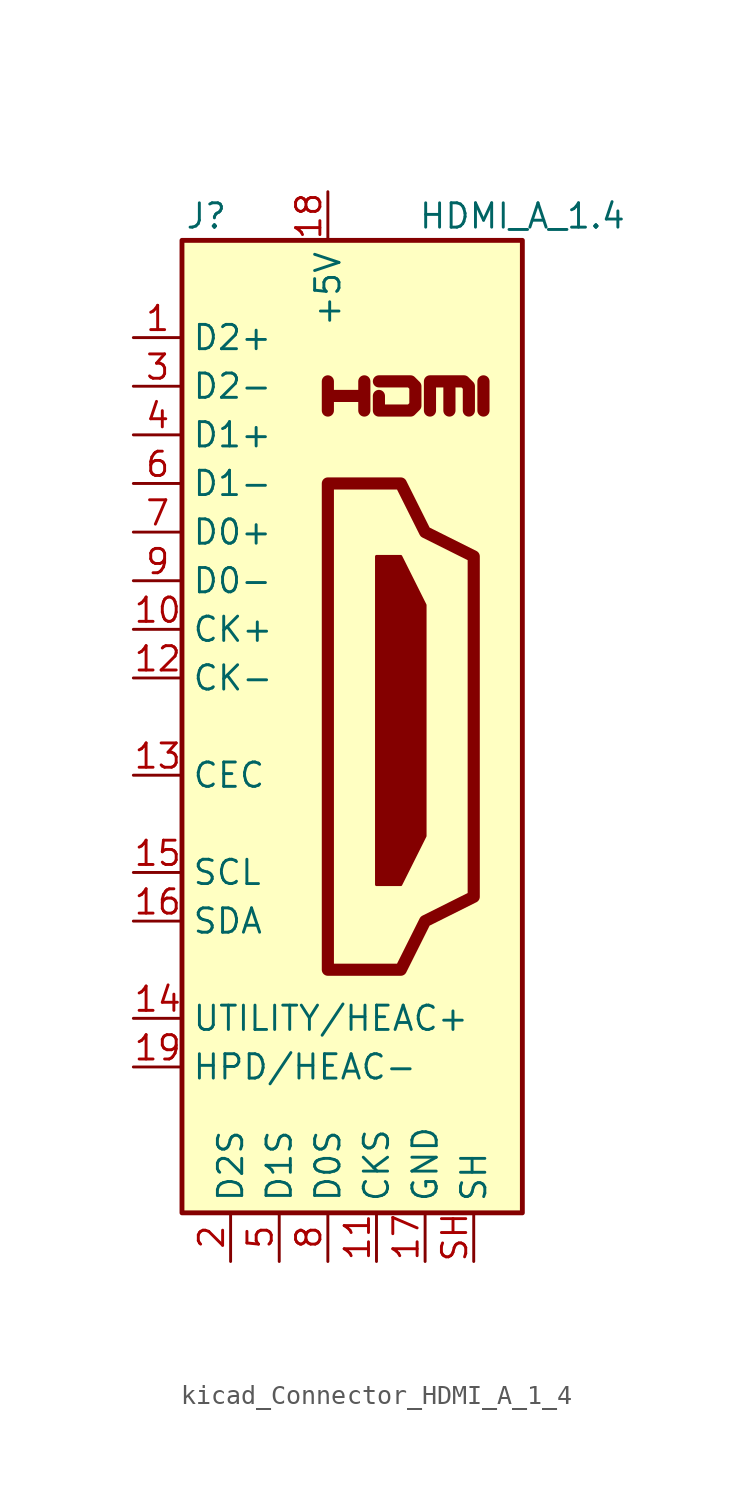
<source format=kicad_sym>
(kicad_symbol_lib
  (version 20220914)
  (generator kicad_symbol_editor)
  (symbol "kicad_Connector_HDMI_A_1_4"
    (property "Reference" "J"
      (at -6.35 26.67 0)
      (effects (font (size 1.27 1.27))))
    (property "Value" "HDMI_A_1.4"
      (at 10.16 26.67 0)
      (effects (font (size 1.27 1.27))))
    (symbol "kicad_Connector_HDMI_A_1_4_0_0"
      (polyline (pts (xy 8.128 16.51) (xy 8.128 18.034)) (stroke (width 0.635) (type default)) (fill (type none)))
      (polyline (pts (xy 0 16.51) (xy 0 18.034) (xy 0 17.272) (xy 1.905 17.272) (xy 1.905 18.034) (xy 1.905 16.51)) (stroke (width 0.635) (type default)) (fill (type none)))
      (polyline (pts (xy 2.667 18.034) (xy 4.318 18.034) (xy 4.572 17.78) (xy 4.572 16.764) (xy 4.318 16.51) (xy 2.667 16.51) (xy 2.667 17.272)) (stroke (width 0.635) (type default)) (fill (type none))))
    (symbol "kicad_Connector_HDMI_A_1_4_0_1"
      (rectangle (start -7.62 25.4) (end 10.16 -25.4) (stroke (width 0.254) (type default)) (fill (type background)))
      (polyline (pts (xy 2.54 8.89) (xy 3.81 8.89) (xy 5.08 6.35) (xy 5.08 -5.715) (xy 3.81 -8.255) (xy 2.54 -8.255) (xy 2.54 8.89)) (stroke (width 0) (type default)) (fill (type outline)))
      (polyline (pts (xy 5.334 16.51) (xy 5.334 18.034) (xy 6.35 18.034) (xy 6.35 16.51) (xy 6.35 18.034) (xy 7.112 18.034) (xy 7.366 17.78) (xy 7.366 16.51)) (stroke (width 0.635) (type default)) (fill (type none)))
      (polyline (pts (xy 0 12.7) (xy 0 -12.7) (xy 3.81 -12.7) (xy 5.08 -10.16) (xy 7.62 -8.89) (xy 7.62 8.89) (xy 5.08 10.16) (xy 3.81 12.7) (xy 0 12.7)) (stroke (width 0.635) (type default)) (fill (type none))))
    (symbol "kicad_Connector_HDMI_A_1_4_1_1"
      (pin passive line (at -10.16 20.32 0) (length 2.54) (name "D2+" (effects (font (size 1.27 1.27)))) (number "1" (effects (font (size 1.27 1.27)))))
      (pin passive line (at -10.16 5.08 0) (length 2.54) (name "CK+" (effects (font (size 1.27 1.27)))) (number "10" (effects (font (size 1.27 1.27)))))
      (pin power_in line (at 2.54 -27.94 90) (length 2.54) (name "CKS" (effects (font (size 1.27 1.27)))) (number "11" (effects (font (size 1.27 1.27)))))
      (pin passive line (at -10.16 2.54 0) (length 2.54) (name "CK-" (effects (font (size 1.27 1.27)))) (number "12" (effects (font (size 1.27 1.27)))))
      (pin bidirectional line (at -10.16 -2.54 0) (length 2.54) (name "CEC" (effects (font (size 1.27 1.27)))) (number "13" (effects (font (size 1.27 1.27)))))
      (pin passive line (at -10.16 -15.24 0) (length 2.54) (name "UTILITY/HEAC+" (effects (font (size 1.27 1.27)))) (number "14" (effects (font (size 1.27 1.27)))))
      (pin passive line (at -10.16 -7.62 0) (length 2.54) (name "SCL" (effects (font (size 1.27 1.27)))) (number "15" (effects (font (size 1.27 1.27)))))
      (pin bidirectional line (at -10.16 -10.16 0) (length 2.54) (name "SDA" (effects (font (size 1.27 1.27)))) (number "16" (effects (font (size 1.27 1.27)))))
      (pin power_in line (at 5.08 -27.94 90) (length 2.54) (name "GND" (effects (font (size 1.27 1.27)))) (number "17" (effects (font (size 1.27 1.27)))))
      (pin power_in line (at 0 27.94 270) (length 2.54) (name "+5V" (effects (font (size 1.27 1.27)))) (number "18" (effects (font (size 1.27 1.27)))))
      (pin passive line (at -10.16 -17.78 0) (length 2.54) (name "HPD/HEAC-" (effects (font (size 1.27 1.27)))) (number "19" (effects (font (size 1.27 1.27)))))
      (pin power_in line (at -5.08 -27.94 90) (length 2.54) (name "D2S" (effects (font (size 1.27 1.27)))) (number "2" (effects (font (size 1.27 1.27)))))
      (pin passive line (at -10.16 17.78 0) (length 2.54) (name "D2-" (effects (font (size 1.27 1.27)))) (number "3" (effects (font (size 1.27 1.27)))))
      (pin passive line (at -10.16 15.24 0) (length 2.54) (name "D1+" (effects (font (size 1.27 1.27)))) (number "4" (effects (font (size 1.27 1.27)))))
      (pin power_in line (at -2.54 -27.94 90) (length 2.54) (name "D1S" (effects (font (size 1.27 1.27)))) (number "5" (effects (font (size 1.27 1.27)))))
      (pin passive line (at -10.16 12.7 0) (length 2.54) (name "D1-" (effects (font (size 1.27 1.27)))) (number "6" (effects (font (size 1.27 1.27)))))
      (pin passive line (at -10.16 10.16 0) (length 2.54) (name "D0+" (effects (font (size 1.27 1.27)))) (number "7" (effects (font (size 1.27 1.27)))))
      (pin power_in line (at 0 -27.94 90) (length 2.54) (name "D0S" (effects (font (size 1.27 1.27)))) (number "8" (effects (font (size 1.27 1.27)))))
      (pin passive line (at -10.16 7.62 0) (length 2.54) (name "D0-" (effects (font (size 1.27 1.27)))) (number "9" (effects (font (size 1.27 1.27)))))
      (pin passive line (at 7.62 -27.94 90) (length 2.54) (name "SH" (effects (font (size 1.27 1.27)))) (number "SH" (effects (font (size 1.27 1.27))))))))
</source>
